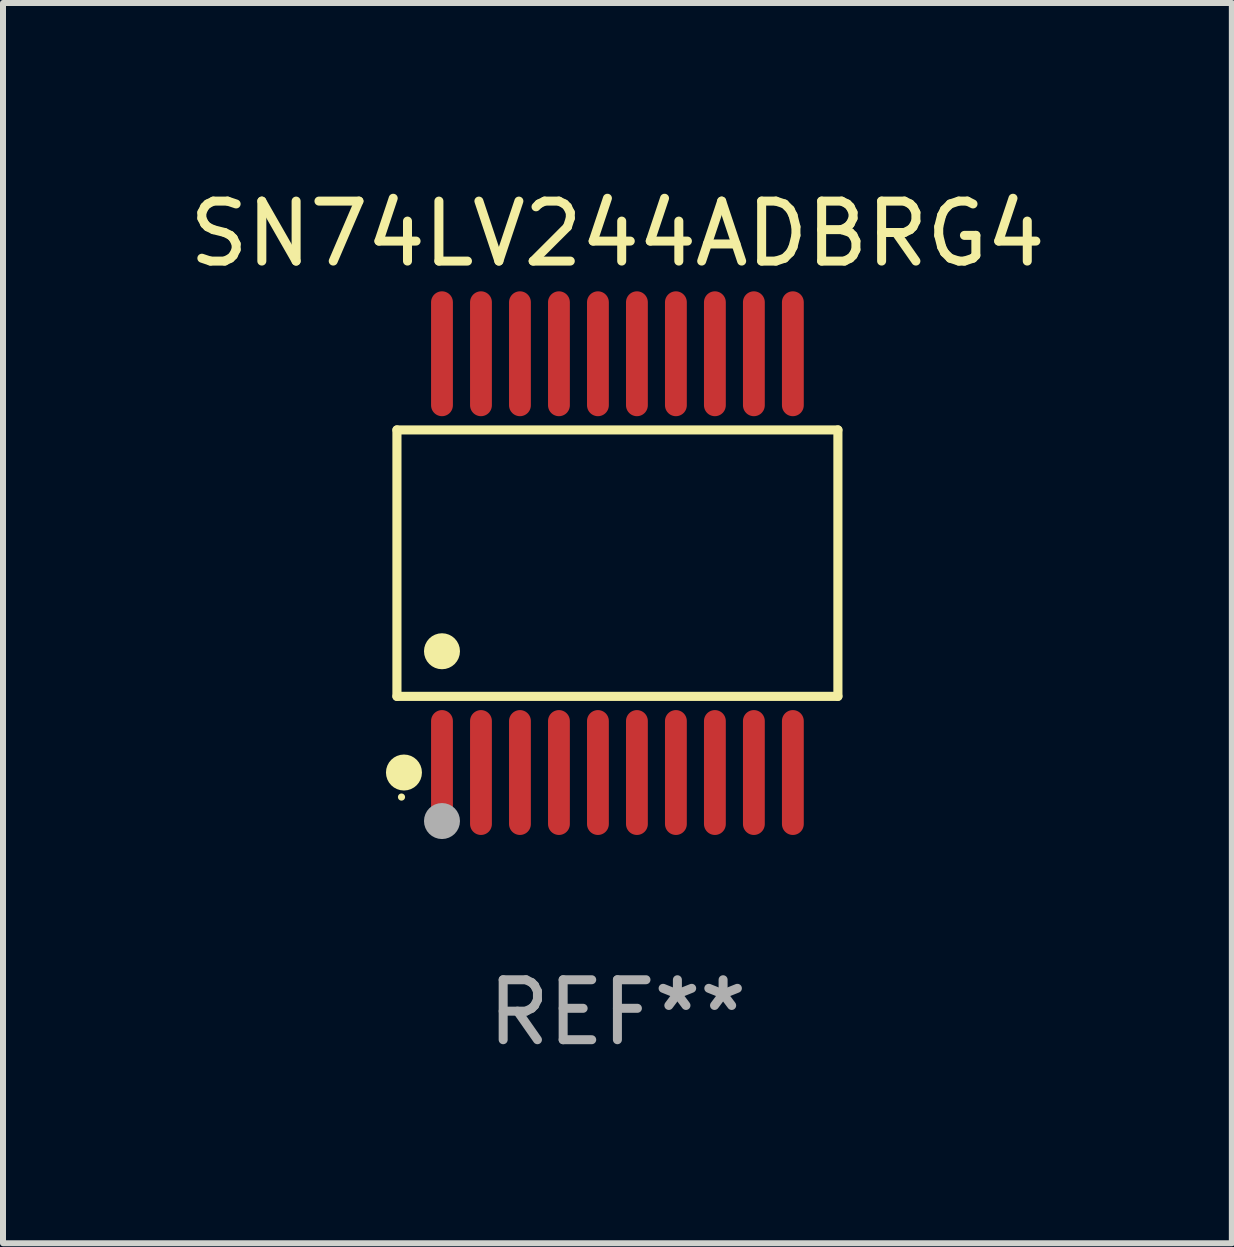
<source format=kicad_pcb>
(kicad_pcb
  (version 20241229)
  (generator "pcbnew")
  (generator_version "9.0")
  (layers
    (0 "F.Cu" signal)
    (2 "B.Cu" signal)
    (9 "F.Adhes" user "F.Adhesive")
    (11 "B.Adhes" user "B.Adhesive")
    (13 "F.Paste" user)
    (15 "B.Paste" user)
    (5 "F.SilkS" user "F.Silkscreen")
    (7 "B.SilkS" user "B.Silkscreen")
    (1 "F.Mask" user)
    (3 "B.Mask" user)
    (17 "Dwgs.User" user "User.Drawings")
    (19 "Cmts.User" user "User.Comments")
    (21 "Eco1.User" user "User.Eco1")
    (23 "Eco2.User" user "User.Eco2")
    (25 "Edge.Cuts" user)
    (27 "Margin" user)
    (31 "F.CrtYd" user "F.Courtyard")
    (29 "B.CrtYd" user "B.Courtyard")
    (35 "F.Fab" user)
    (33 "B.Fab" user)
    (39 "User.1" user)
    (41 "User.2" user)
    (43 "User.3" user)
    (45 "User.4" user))
  (footprint "SN74LV244ADBRG4"
    (layer "F.Cu")
    (at 7.244 6.339)
    (property "Reference" "SN74LV244ADBRG4" (at 0 -5.491 0) (layer "F.SilkS") (effects (font (size 1 1) (thickness 0.15))))
    (attr through_hole)
    (fp_line (start -3.676 -2.221) (end 3.676 -2.221) (stroke (width 0.152) (type solid)) (layer "F.SilkS"))
    (fp_line (start -3.676 2.221) (end -3.676 -2.221) (stroke (width 0.152) (type solid)) (layer "F.SilkS"))
    (fp_line (start 3.676 -2.221) (end 3.676 2.221) (stroke (width 0.152) (type solid)) (layer "F.SilkS"))
    (fp_line (start 3.676 2.221) (end -3.676 2.221) (stroke (width 0.152) (type solid)) (layer "F.SilkS"))
    (fp_circle (center -3.6 3.9) (end -3.57 3.9) (stroke (width 0.06) (type solid)) (fill no) (layer "F.SilkS"))
    (fp_circle (center -3.559 3.491) (end -3.409 3.491) (stroke (width 0.3) (type solid)) (fill no) (layer "F.SilkS"))
    (fp_circle (center -2.925 1.469) (end -2.775 1.469) (stroke (width 0.3) (type solid)) (fill no) (layer "F.SilkS"))
    (fp_circle (center -2.925 4.3) (end -2.775 4.3) (stroke (width 0.3) (type solid)) (fill no) (layer "F.Fab"))
    (fp_text user "REF**" (at 0 7.491 0) (layer "F.Fab") (effects (font (size 1 1) (thickness 0.15))))
    (pad "1" smd oval (at -2.925 3.491) (size 0.364 2.082) (layers "F.Cu" "F.Mask" "F.Paste"))
    (pad "2" smd oval (at -2.275 3.491) (size 0.364 2.082) (layers "F.Cu" "F.Mask" "F.Paste"))
    (pad "3" smd oval (at -1.625 3.491) (size 0.364 2.082) (layers "F.Cu" "F.Mask" "F.Paste"))
    (pad "4" smd oval (at -0.975 3.491) (size 0.364 2.082) (layers "F.Cu" "F.Mask" "F.Paste"))
    (pad "5" smd oval (at -0.325 3.491) (size 0.364 2.082) (layers "F.Cu" "F.Mask" "F.Paste"))
    (pad "6" smd oval (at 0.325 3.491) (size 0.364 2.082) (layers "F.Cu" "F.Mask" "F.Paste"))
    (pad "7" smd oval (at 0.975 3.491) (size 0.364 2.082) (layers "F.Cu" "F.Mask" "F.Paste"))
    (pad "8" smd oval (at 1.625 3.491) (size 0.364 2.082) (layers "F.Cu" "F.Mask" "F.Paste"))
    (pad "9" smd oval (at 2.275 3.491) (size 0.364 2.082) (layers "F.Cu" "F.Mask" "F.Paste"))
    (pad "10" smd oval (at 2.925 3.491) (size 0.364 2.082) (layers "F.Cu" "F.Mask" "F.Paste"))
    (pad "11" smd oval (at 2.925 -3.491) (size 0.364 2.082) (layers "F.Cu" "F.Mask" "F.Paste"))
    (pad "12" smd oval (at 2.275 -3.491) (size 0.364 2.082) (layers "F.Cu" "F.Mask" "F.Paste"))
    (pad "13" smd oval (at 1.625 -3.491) (size 0.364 2.082) (layers "F.Cu" "F.Mask" "F.Paste"))
    (pad "14" smd oval (at 0.975 -3.491) (size 0.364 2.082) (layers "F.Cu" "F.Mask" "F.Paste"))
    (pad "15" smd oval (at 0.325 -3.491) (size 0.364 2.082) (layers "F.Cu" "F.Mask" "F.Paste"))
    (pad "16" smd oval (at -0.325 -3.491) (size 0.364 2.082) (layers "F.Cu" "F.Mask" "F.Paste"))
    (pad "17" smd oval (at -0.975 -3.491) (size 0.364 2.082) (layers "F.Cu" "F.Mask" "F.Paste"))
    (pad "18" smd oval (at -1.625 -3.491) (size 0.364 2.082) (layers "F.Cu" "F.Mask" "F.Paste"))
    (pad "19" smd oval (at -2.275 -3.491) (size 0.364 2.082) (layers "F.Cu" "F.Mask" "F.Paste"))
    (pad "20" smd oval (at -2.925 -3.491) (size 0.364 2.082) (layers "F.Cu" "F.Mask" "F.Paste")))
  (gr_rect
    (start -3 -3)
    (end 17.488 17.678)
    (stroke (width 0.1) (type default))
    (fill no)
    (layer "Edge.Cuts")))
</source>
